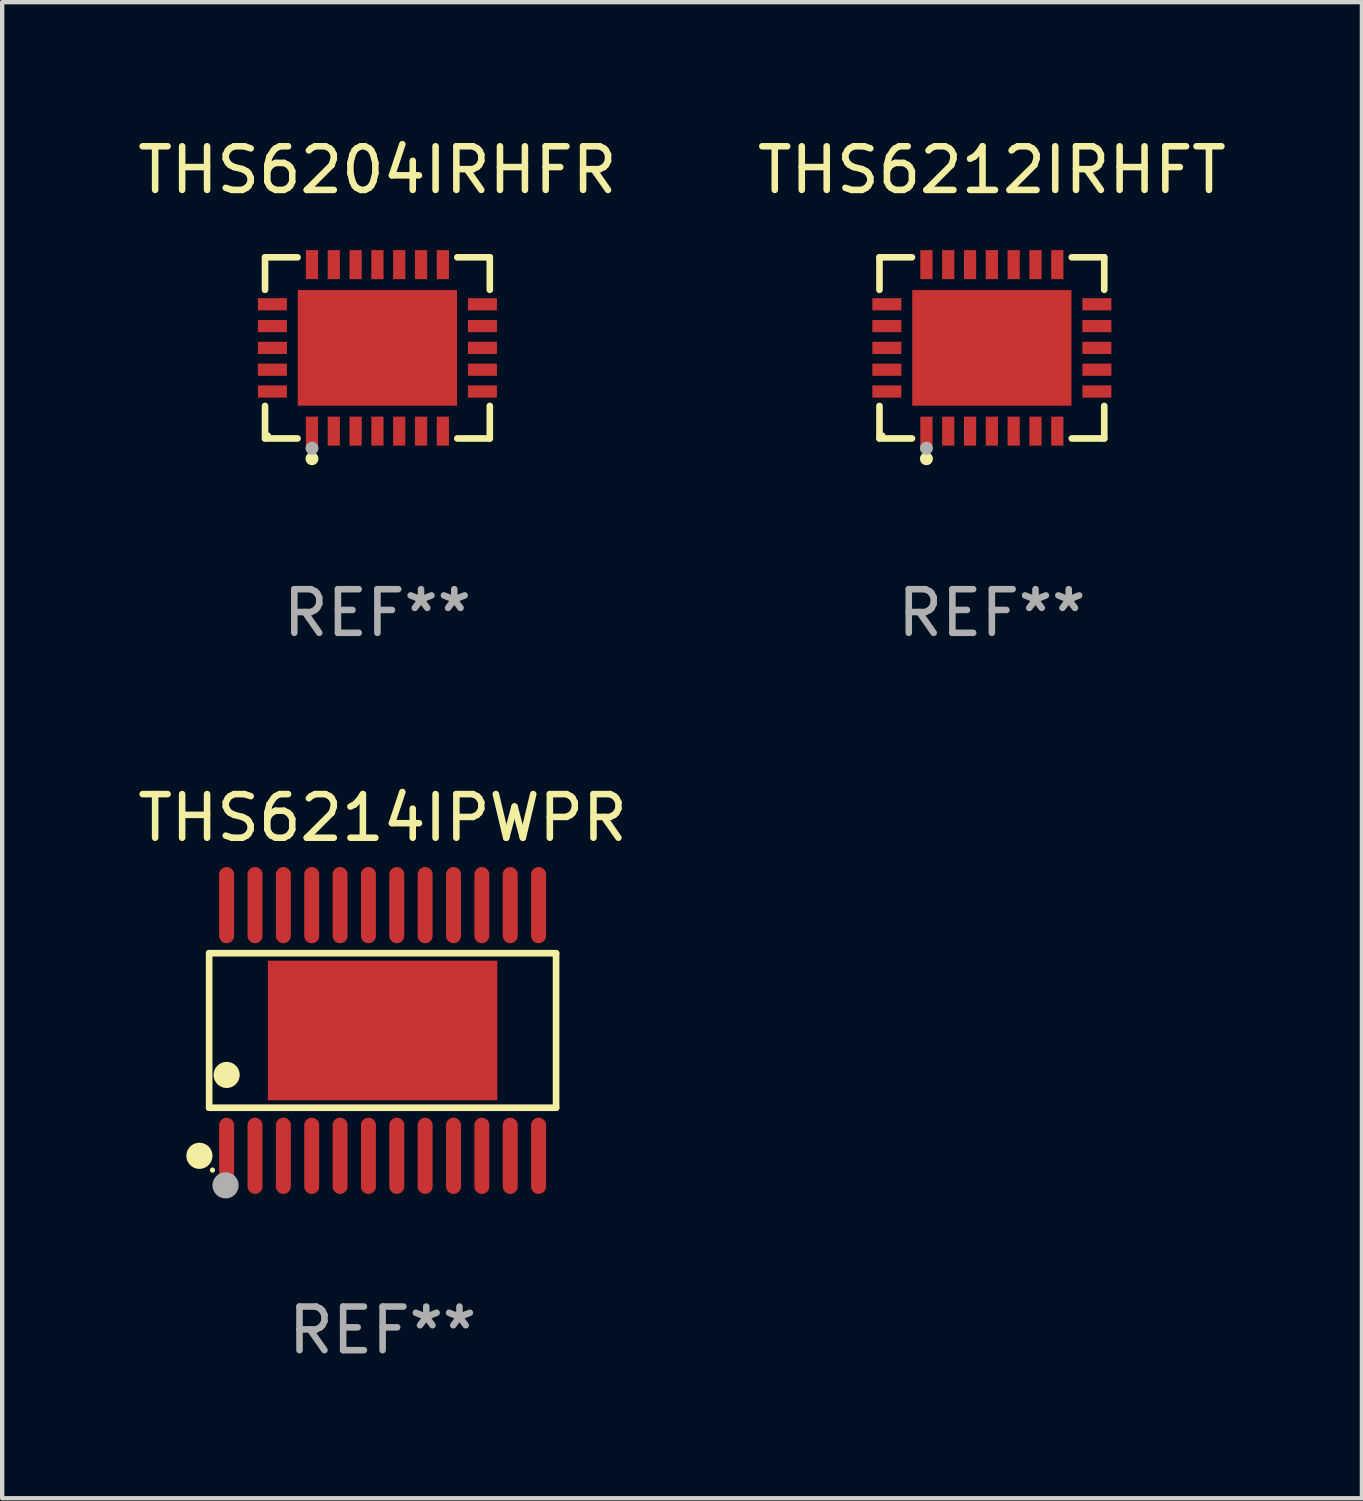
<source format=kicad_pcb>
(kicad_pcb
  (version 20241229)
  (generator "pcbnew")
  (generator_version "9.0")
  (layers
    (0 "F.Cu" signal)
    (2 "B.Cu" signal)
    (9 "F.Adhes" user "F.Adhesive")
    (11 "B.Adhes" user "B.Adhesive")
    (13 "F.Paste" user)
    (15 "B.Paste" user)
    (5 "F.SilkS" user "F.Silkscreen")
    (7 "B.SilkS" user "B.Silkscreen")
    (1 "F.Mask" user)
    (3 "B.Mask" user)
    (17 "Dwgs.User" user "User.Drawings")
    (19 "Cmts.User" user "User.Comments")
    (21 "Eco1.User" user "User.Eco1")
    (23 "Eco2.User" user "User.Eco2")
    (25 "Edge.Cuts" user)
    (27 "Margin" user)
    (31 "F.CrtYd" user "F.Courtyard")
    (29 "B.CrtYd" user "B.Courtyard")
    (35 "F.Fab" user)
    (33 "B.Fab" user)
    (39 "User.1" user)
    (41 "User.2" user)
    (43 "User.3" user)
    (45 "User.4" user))
  (footprint "THS6214IPWPR"
    (layer "F.Cu")
    (at 5.72 20.57)
    (property "Reference" "THS6214IPWPR" (at 0 -4.873 0) (layer "F.SilkS") (effects (font (size 1 1) (thickness 0.15))))
    (attr through_hole)
    (fp_line (start -3.976 -1.771) (end 3.976 -1.771) (stroke (width 0.152) (type solid)) (layer "F.SilkS"))
    (fp_line (start -3.976 1.771) (end -3.976 -1.771) (stroke (width 0.152) (type solid)) (layer "F.SilkS"))
    (fp_line (start 3.976 -1.771) (end 3.976 1.771) (stroke (width 0.152) (type solid)) (layer "F.SilkS"))
    (fp_line (start 3.976 1.771) (end -3.976 1.771) (stroke (width 0.152) (type solid)) (layer "F.SilkS"))
    (fp_circle (center -4.199 2.873) (end -4.049 2.873) (stroke (width 0.3) (type solid)) (fill no) (layer "F.SilkS"))
    (fp_circle (center -3.9 3.2) (end -3.87 3.2) (stroke (width 0.06) (type solid)) (fill no) (layer "F.SilkS"))
    (fp_circle (center -3.575 1.019) (end -3.425 1.019) (stroke (width 0.3) (type solid)) (fill no) (layer "F.SilkS"))
    (fp_circle (center -3.6 3.55) (end -3.45 3.55) (stroke (width 0.3) (type solid)) (fill no) (layer "F.Fab"))
    (fp_text user "REF**" (at 0 6.873 0) (layer "F.Fab") (effects (font (size 1 1) (thickness 0.15))))
    (pad "1" smd oval (at -3.575 2.873) (size 0.343 1.747) (layers "F.Cu" "F.Mask" "F.Paste"))
    (pad "2" smd oval (at -2.925 2.873) (size 0.343 1.747) (layers "F.Cu" "F.Mask" "F.Paste"))
    (pad "3" smd oval (at -2.275 2.873) (size 0.343 1.747) (layers "F.Cu" "F.Mask" "F.Paste"))
    (pad "4" smd oval (at -1.625 2.873) (size 0.343 1.747) (layers "F.Cu" "F.Mask" "F.Paste"))
    (pad "5" smd oval (at -0.975 2.873) (size 0.343 1.747) (layers "F.Cu" "F.Mask" "F.Paste"))
    (pad "6" smd oval (at -0.325 2.873) (size 0.343 1.747) (layers "F.Cu" "F.Mask" "F.Paste"))
    (pad "7" smd oval (at 0.325 2.873) (size 0.343 1.747) (layers "F.Cu" "F.Mask" "F.Paste"))
    (pad "8" smd oval (at 0.975 2.873) (size 0.343 1.747) (layers "F.Cu" "F.Mask" "F.Paste"))
    (pad "9" smd oval (at 1.625 2.873) (size 0.343 1.747) (layers "F.Cu" "F.Mask" "F.Paste"))
    (pad "10" smd oval (at 2.275 2.873) (size 0.343 1.747) (layers "F.Cu" "F.Mask" "F.Paste"))
    (pad "11" smd oval (at 2.925 2.873) (size 0.343 1.747) (layers "F.Cu" "F.Mask" "F.Paste"))
    (pad "12" smd oval (at 3.575 2.873) (size 0.343 1.747) (layers "F.Cu" "F.Mask" "F.Paste"))
    (pad "13" smd oval (at 3.575 -2.873) (size 0.343 1.747) (layers "F.Cu" "F.Mask" "F.Paste"))
    (pad "14" smd oval (at 2.925 -2.873) (size 0.343 1.747) (layers "F.Cu" "F.Mask" "F.Paste"))
    (pad "15" smd oval (at 2.275 -2.873) (size 0.343 1.747) (layers "F.Cu" "F.Mask" "F.Paste"))
    (pad "16" smd oval (at 1.625 -2.873) (size 0.343 1.747) (layers "F.Cu" "F.Mask" "F.Paste"))
    (pad "17" smd oval (at 0.975 -2.873) (size 0.343 1.747) (layers "F.Cu" "F.Mask" "F.Paste"))
    (pad "18" smd oval (at 0.325 -2.873) (size 0.343 1.747) (layers "F.Cu" "F.Mask" "F.Paste"))
    (pad "19" smd oval (at -0.325 -2.873) (size 0.343 1.747) (layers "F.Cu" "F.Mask" "F.Paste"))
    (pad "20" smd oval (at -0.975 -2.873) (size 0.343 1.747) (layers "F.Cu" "F.Mask" "F.Paste"))
    (pad "21" smd oval (at -1.625 -2.873) (size 0.343 1.747) (layers "F.Cu" "F.Mask" "F.Paste"))
    (pad "22" smd oval (at -2.275 -2.873) (size 0.343 1.747) (layers "F.Cu" "F.Mask" "F.Paste"))
    (pad "23" smd oval (at -2.925 -2.873) (size 0.343 1.747) (layers "F.Cu" "F.Mask" "F.Paste"))
    (pad "24" smd oval (at -3.575 -2.873) (size 0.343 1.747) (layers "F.Cu" "F.Mask" "F.Paste"))
    (pad "25" smd rect (at -0.000102 0 90) (size 3.2 5.26) (layers "F.Cu" "F.Mask" "F.Paste")))
  (footprint "THS6212IRHFT"
    (layer "F.Cu")
    (at 19.685 4.924)
    (property "Reference" "THS6212IRHFT" (at 0 -4.076 0) (layer "F.SilkS") (effects (font (size 1 1) (thickness 0.15))))
    (attr through_hole)
    (fp_line (start -2.576 -2.076) (end -1.831 -2.076) (stroke (width 0.152) (type solid)) (layer "F.SilkS"))
    (fp_line (start -2.576 -1.331) (end -2.576 -2.076) (stroke (width 0.152) (type solid)) (layer "F.SilkS"))
    (fp_line (start -2.576 1.331) (end -2.576 2.076) (stroke (width 0.152) (type solid)) (layer "F.SilkS"))
    (fp_line (start -2.576 2.076) (end -1.831 2.076) (stroke (width 0.152) (type solid)) (layer "F.SilkS"))
    (fp_line (start 2.576 -2.076) (end 1.831 -2.076) (stroke (width 0.152) (type solid)) (layer "F.SilkS"))
    (fp_line (start 2.576 -1.331) (end 2.576 -2.076) (stroke (width 0.152) (type solid)) (layer "F.SilkS"))
    (fp_line (start 2.576 1.331) (end 2.576 2.076) (stroke (width 0.152) (type solid)) (layer "F.SilkS"))
    (fp_line (start 2.576 2.076) (end 1.831 2.076) (stroke (width 0.152) (type solid)) (layer "F.SilkS"))
    (fp_circle (center -2.5 2) (end -2.47 2) (stroke (width 0.06) (type solid)) (fill no) (layer "F.SilkS"))
    (fp_circle (center -1.5 2.54) (end -1.425 2.54) (stroke (width 0.15) (type solid)) (fill no) (layer "F.SilkS"))
    (fp_circle (center -1.5 2.3) (end -1.425 2.3) (stroke (width 0.15) (type solid)) (fill no) (layer "F.Fab"))
    (fp_text user "REF**" (at 0 6.076 0) (layer "F.Fab") (effects (font (size 1 1) (thickness 0.15))))
    (pad "1" smd rect (at -1.5 1.908) (size 0.28 0.665) (layers "F.Cu" "F.Mask" "F.Paste"))
    (pad "2" smd rect (at -1 1.908) (size 0.28 0.665) (layers "F.Cu" "F.Mask" "F.Paste"))
    (pad "3" smd rect (at -0.5 1.908) (size 0.28 0.665) (layers "F.Cu" "F.Mask" "F.Paste"))
    (pad "4" smd rect (at 0 1.908) (size 0.28 0.665) (layers "F.Cu" "F.Mask" "F.Paste"))
    (pad "5" smd rect (at 0.5 1.908) (size 0.28 0.665) (layers "F.Cu" "F.Mask" "F.Paste"))
    (pad "6" smd rect (at 1 1.908) (size 0.28 0.665) (layers "F.Cu" "F.Mask" "F.Paste"))
    (pad "7" smd rect (at 1.5 1.908) (size 0.28 0.665) (layers "F.Cu" "F.Mask" "F.Paste"))
    (pad "8" smd rect (at 2.407 1) (size 0.665 0.28) (layers "F.Cu" "F.Mask" "F.Paste"))
    (pad "9" smd rect (at 2.407 0.5) (size 0.665 0.28) (layers "F.Cu" "F.Mask" "F.Paste"))
    (pad "10" smd rect (at 2.407 0) (size 0.665 0.28) (layers "F.Cu" "F.Mask" "F.Paste"))
    (pad "11" smd rect (at 2.407 -0.5) (size 0.665 0.28) (layers "F.Cu" "F.Mask" "F.Paste"))
    (pad "12" smd rect (at 2.407 -1) (size 0.665 0.28) (layers "F.Cu" "F.Mask" "F.Paste"))
    (pad "13" smd rect (at 1.5 -1.908) (size 0.28 0.665) (layers "F.Cu" "F.Mask" "F.Paste"))
    (pad "14" smd rect (at 1 -1.908) (size 0.28 0.665) (layers "F.Cu" "F.Mask" "F.Paste"))
    (pad "15" smd rect (at 0.5 -1.908) (size 0.28 0.665) (layers "F.Cu" "F.Mask" "F.Paste"))
    (pad "16" smd rect (at 0 -1.908) (size 0.28 0.665) (layers "F.Cu" "F.Mask" "F.Paste"))
    (pad "17" smd rect (at -0.5 -1.908) (size 0.28 0.665) (layers "F.Cu" "F.Mask" "F.Paste"))
    (pad "18" smd rect (at -1 -1.908) (size 0.28 0.665) (layers "F.Cu" "F.Mask" "F.Paste"))
    (pad "19" smd rect (at -1.5 -1.908) (size 0.28 0.665) (layers "F.Cu" "F.Mask" "F.Paste"))
    (pad "20" smd rect (at -2.407 -1) (size 0.665 0.28) (layers "F.Cu" "F.Mask" "F.Paste"))
    (pad "21" smd rect (at -2.407 -0.5) (size 0.665 0.28) (layers "F.Cu" "F.Mask" "F.Paste"))
    (pad "22" smd rect (at -2.407 0) (size 0.665 0.28) (layers "F.Cu" "F.Mask" "F.Paste"))
    (pad "23" smd rect (at -2.407 0.5) (size 0.665 0.28) (layers "F.Cu" "F.Mask" "F.Paste"))
    (pad "24" smd rect (at -2.407 1) (size 0.665 0.28) (layers "F.Cu" "F.Mask" "F.Paste"))
    (pad "25" smd rect (at 0 0) (size 3.65 2.65) (layers "F.Cu" "F.Mask" "F.Paste")))
  (footprint "THS6204IRHFR"
    (layer "F.Cu")
    (at 5.601 4.924)
    (property "Reference" "THS6204IRHFR" (at 0 -4.076 0) (layer "F.SilkS") (effects (font (size 1 1) (thickness 0.15))))
    (attr through_hole)
    (fp_line (start -2.576 -2.076) (end -1.831 -2.076) (stroke (width 0.152) (type solid)) (layer "F.SilkS"))
    (fp_line (start -2.576 -1.331) (end -2.576 -2.076) (stroke (width 0.152) (type solid)) (layer "F.SilkS"))
    (fp_line (start -2.576 1.331) (end -2.576 2.076) (stroke (width 0.152) (type solid)) (layer "F.SilkS"))
    (fp_line (start -2.576 2.076) (end -1.831 2.076) (stroke (width 0.152) (type solid)) (layer "F.SilkS"))
    (fp_line (start 2.576 -2.076) (end 1.831 -2.076) (stroke (width 0.152) (type solid)) (layer "F.SilkS"))
    (fp_line (start 2.576 -1.331) (end 2.576 -2.076) (stroke (width 0.152) (type solid)) (layer "F.SilkS"))
    (fp_line (start 2.576 1.331) (end 2.576 2.076) (stroke (width 0.152) (type solid)) (layer "F.SilkS"))
    (fp_line (start 2.576 2.076) (end 1.831 2.076) (stroke (width 0.152) (type solid)) (layer "F.SilkS"))
    (fp_circle (center -2.5 2) (end -2.47 2) (stroke (width 0.06) (type solid)) (fill no) (layer "F.SilkS"))
    (fp_circle (center -1.5 2.54) (end -1.425 2.54) (stroke (width 0.15) (type solid)) (fill no) (layer "F.SilkS"))
    (fp_circle (center -1.5 2.3) (end -1.425 2.3) (stroke (width 0.15) (type solid)) (fill no) (layer "F.Fab"))
    (fp_text user "REF**" (at 0 6.076 0) (layer "F.Fab") (effects (font (size 1 1) (thickness 0.15))))
    (pad "1" smd rect (at -1.5 1.908) (size 0.28 0.665) (layers "F.Cu" "F.Mask" "F.Paste"))
    (pad "2" smd rect (at -1 1.908) (size 0.28 0.665) (layers "F.Cu" "F.Mask" "F.Paste"))
    (pad "3" smd rect (at -0.5 1.908) (size 0.28 0.665) (layers "F.Cu" "F.Mask" "F.Paste"))
    (pad "4" smd rect (at 0 1.908) (size 0.28 0.665) (layers "F.Cu" "F.Mask" "F.Paste"))
    (pad "5" smd rect (at 0.5 1.908) (size 0.28 0.665) (layers "F.Cu" "F.Mask" "F.Paste"))
    (pad "6" smd rect (at 1 1.908) (size 0.28 0.665) (layers "F.Cu" "F.Mask" "F.Paste"))
    (pad "7" smd rect (at 1.5 1.908) (size 0.28 0.665) (layers "F.Cu" "F.Mask" "F.Paste"))
    (pad "8" smd rect (at 2.407 1) (size 0.665 0.28) (layers "F.Cu" "F.Mask" "F.Paste"))
    (pad "9" smd rect (at 2.407 0.5) (size 0.665 0.28) (layers "F.Cu" "F.Mask" "F.Paste"))
    (pad "10" smd rect (at 2.407 0) (size 0.665 0.28) (layers "F.Cu" "F.Mask" "F.Paste"))
    (pad "11" smd rect (at 2.407 -0.5) (size 0.665 0.28) (layers "F.Cu" "F.Mask" "F.Paste"))
    (pad "12" smd rect (at 2.407 -1) (size 0.665 0.28) (layers "F.Cu" "F.Mask" "F.Paste"))
    (pad "13" smd rect (at 1.5 -1.908) (size 0.28 0.665) (layers "F.Cu" "F.Mask" "F.Paste"))
    (pad "14" smd rect (at 1 -1.908) (size 0.28 0.665) (layers "F.Cu" "F.Mask" "F.Paste"))
    (pad "15" smd rect (at 0.5 -1.908) (size 0.28 0.665) (layers "F.Cu" "F.Mask" "F.Paste"))
    (pad "16" smd rect (at 0 -1.908) (size 0.28 0.665) (layers "F.Cu" "F.Mask" "F.Paste"))
    (pad "17" smd rect (at -0.5 -1.908) (size 0.28 0.665) (layers "F.Cu" "F.Mask" "F.Paste"))
    (pad "18" smd rect (at -1 -1.908) (size 0.28 0.665) (layers "F.Cu" "F.Mask" "F.Paste"))
    (pad "19" smd rect (at -1.5 -1.908) (size 0.28 0.665) (layers "F.Cu" "F.Mask" "F.Paste"))
    (pad "20" smd rect (at -2.407 -1) (size 0.665 0.28) (layers "F.Cu" "F.Mask" "F.Paste"))
    (pad "21" smd rect (at -2.407 -0.5) (size 0.665 0.28) (layers "F.Cu" "F.Mask" "F.Paste"))
    (pad "22" smd rect (at -2.407 0) (size 0.665 0.28) (layers "F.Cu" "F.Mask" "F.Paste"))
    (pad "23" smd rect (at -2.407 0.5) (size 0.665 0.28) (layers "F.Cu" "F.Mask" "F.Paste"))
    (pad "24" smd rect (at -2.407 1) (size 0.665 0.28) (layers "F.Cu" "F.Mask" "F.Paste"))
    (pad "25" smd rect (at 0 0) (size 3.65 2.65) (layers "F.Cu" "F.Mask" "F.Paste")))
  (gr_rect
    (start -3 -3)
    (end 28.167 31.292)
    (stroke (width 0.1) (type default))
    (fill no)
    (layer "Edge.Cuts")))
</source>
